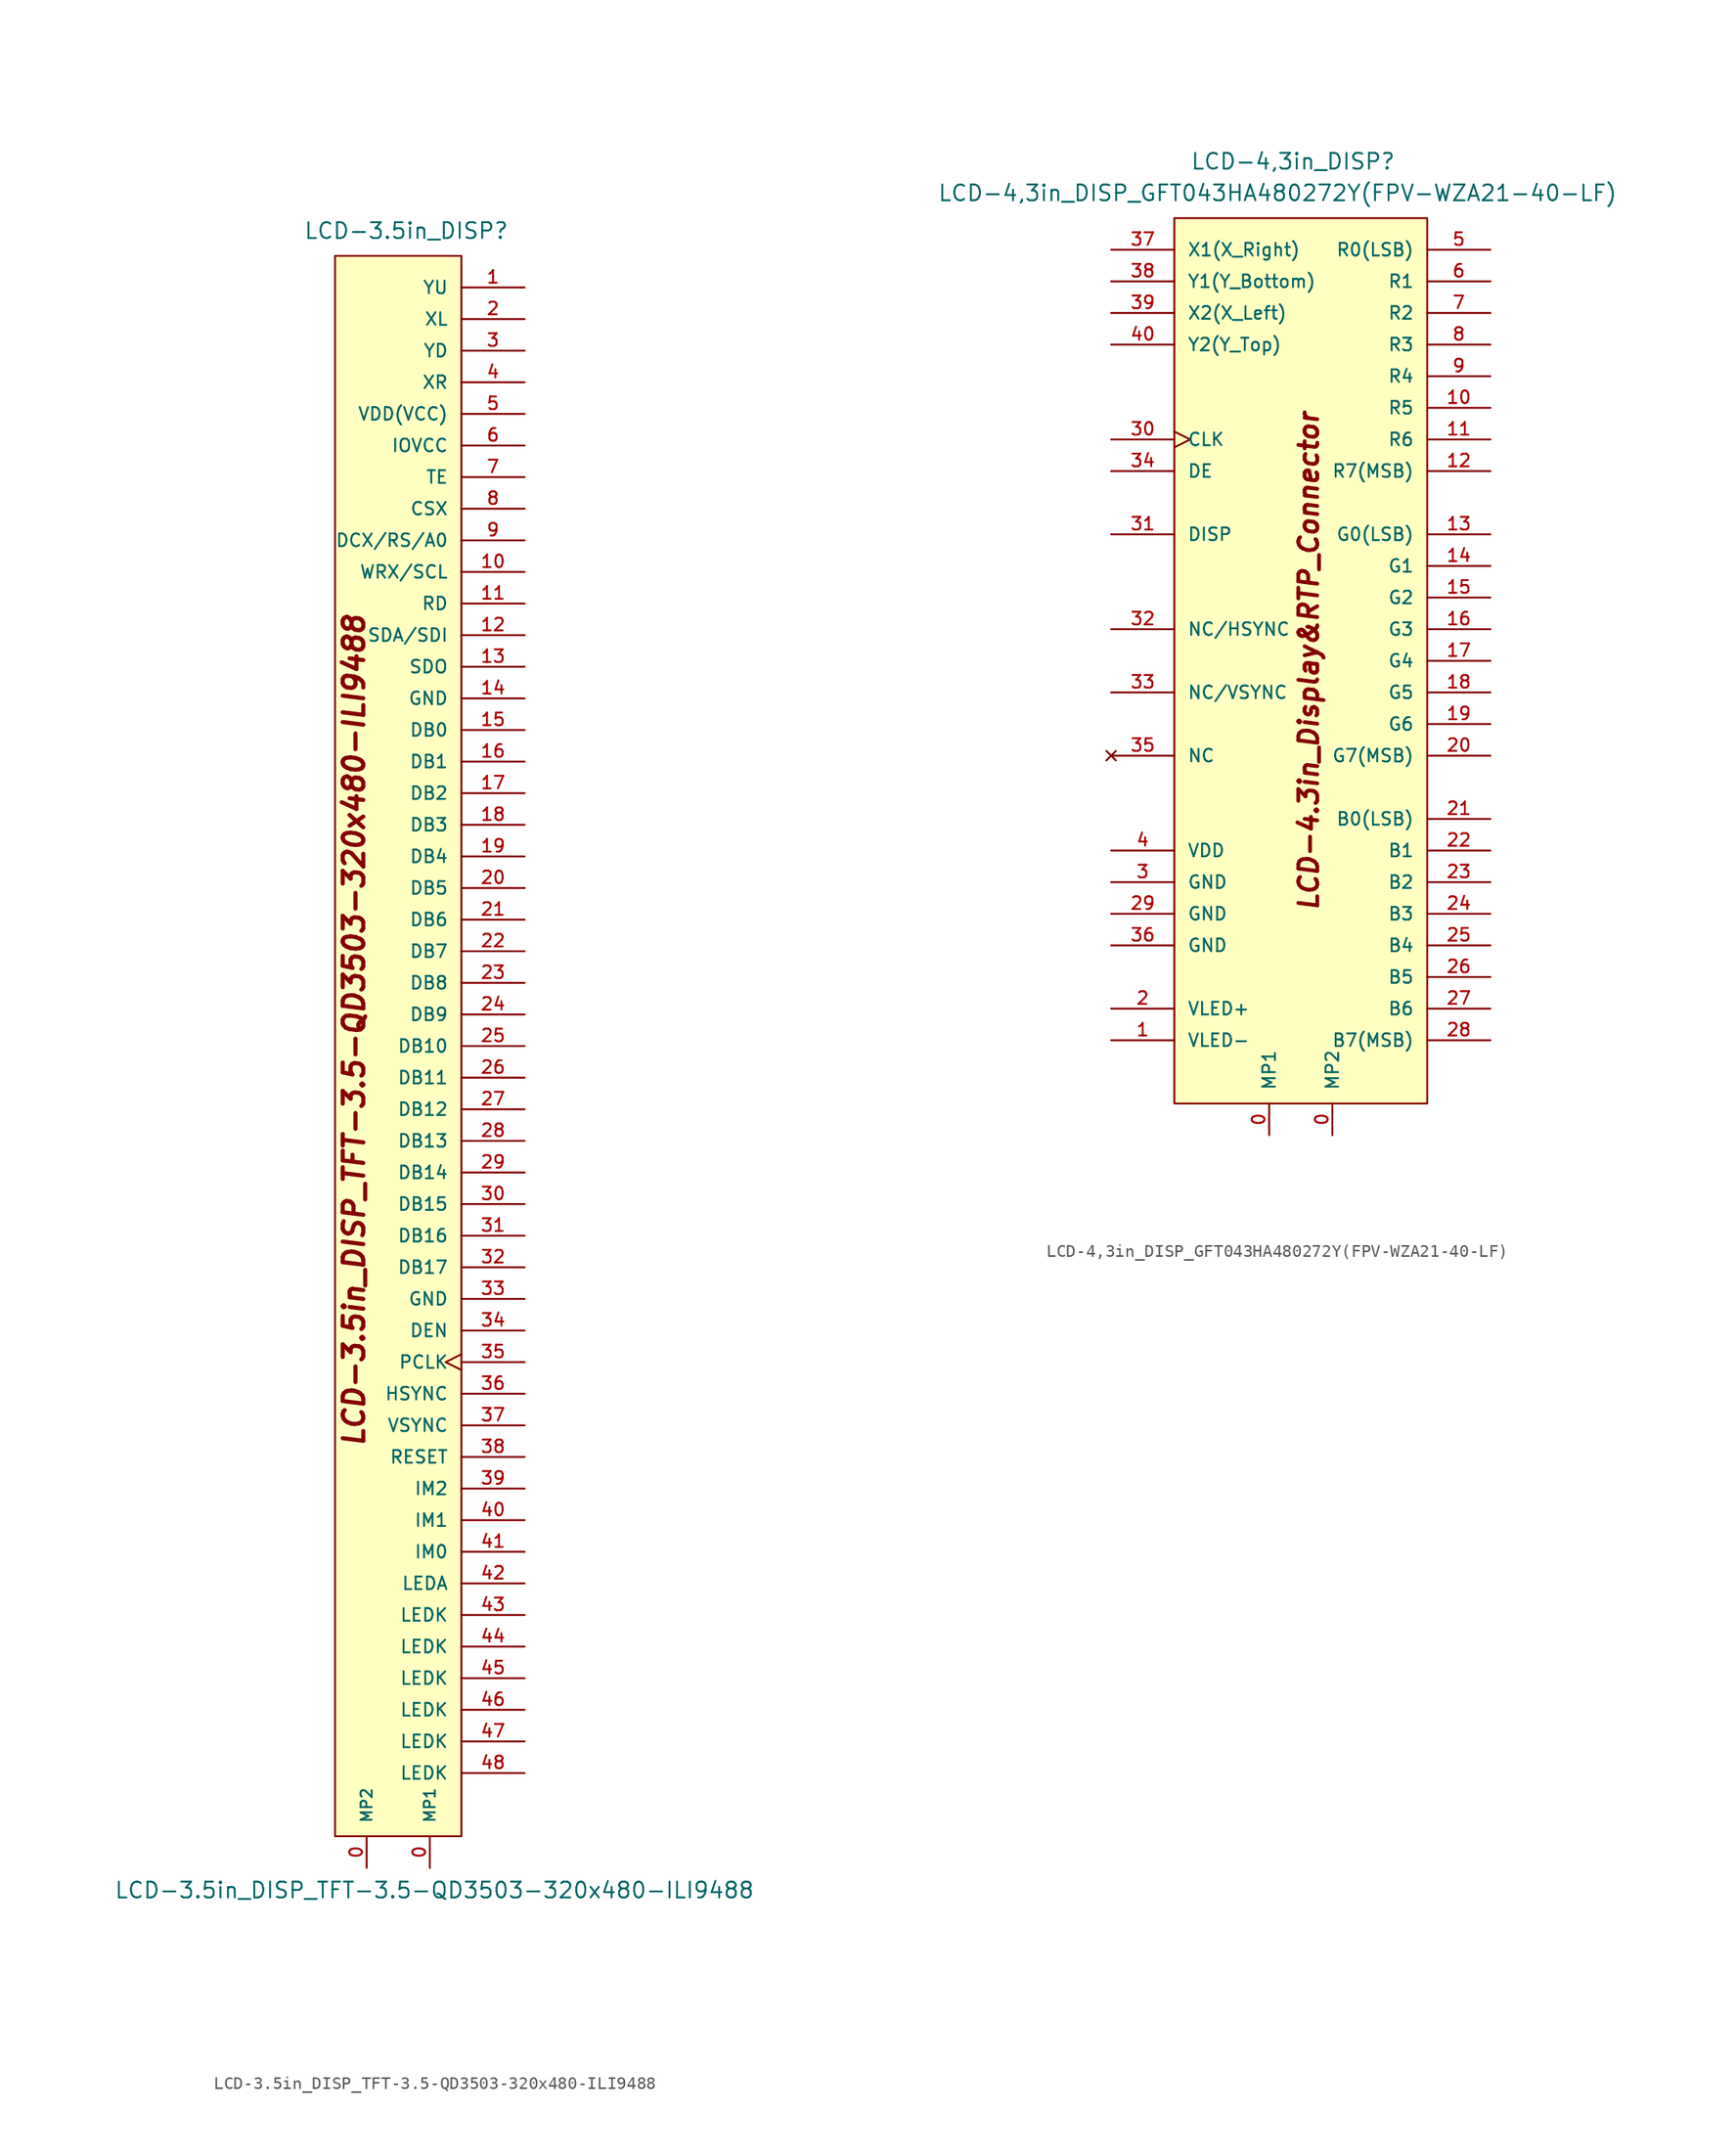
<source format=kicad_sym>
(kicad_symbol_lib
  (version 20220914)
  (generator kicad_symbol_editor)
  (symbol "LCD-3.5in_DISP_TFT-3.5-QD3503-320x480-ILI9488"
    (pin_names
      (offset 1.016))
    (property "Reference" "LCD-3.5in_DISP"
      (at -7.62 64.77 0)
      (effects (font (size 1.27 1.27)) (justify left bottom)))
    (property "Value" "LCD-3.5in_DISP_TFT-3.5-QD3503-320x480-ILI9488"
      (at -22.86 -68.58 0)
      (effects (font (size 1.27 1.27)) (justify left bottom)))
    (property "ki_locked" ""
      (at 0 0 0)
      (effects (font (size 1.27 1.27))))
    (symbol "LCD-3.5in_DISP_TFT-3.5-QD3503-320x480-ILI9488_0_0"
      (text "LCD-3.5in_DISP_TFT-3.5-QD3503-320x480-ILI9488" (at -3.556 1.27 900) (effects (font (size 1.651 1.651) bold italic))))
    (symbol "LCD-3.5in_DISP_TFT-3.5-QD3503-320x480-ILI9488_1_0"
      (rectangle (start 5.08 -63.5) (end -5.08 63.5) (stroke (width 0) (type solid)) (fill (type background))))
    (symbol "LCD-3.5in_DISP_TFT-3.5-QD3503-320x480-ILI9488_1_1"
      (pin passive line (at 2.54 -66.04 90) (length 2.54) (name "MP1" (effects (font (size 0.889 0.889)))) (number "0" (effects (font (size 1.016 1.016)))))
      (pin passive line (at -2.54 -66.04 90) (length 2.54) (name "MP2" (effects (font (size 0.889 0.889)))) (number "0" (effects (font (size 1.016 1.016)))))
      (pin input line (at 10.16 60.96 180) (length 5.08) (name "YU" (effects (font (size 1.016 1.016)))) (number "1" (effects (font (size 1.016 1.016)))))
      (pin input line (at 10.16 38.1 180) (length 5.08) (name "WRX/SCL" (effects (font (size 1.016 1.016)))) (number "10" (effects (font (size 1.016 1.016)))))
      (pin input line (at 10.16 35.56 180) (length 5.08) (name "RD" (effects (font (size 1.016 1.016)))) (number "11" (effects (font (size 1.016 1.016)))))
      (pin input line (at 10.16 33.02 180) (length 5.08) (name "SDA/SDI" (effects (font (size 1.016 1.016)))) (number "12" (effects (font (size 1.016 1.016)))))
      (pin input line (at 10.16 30.48 180) (length 5.08) (name "SDO" (effects (font (size 1.016 1.016)))) (number "13" (effects (font (size 1.016 1.016)))))
      (pin power_in line (at 10.16 27.94 180) (length 5.08) (name "GND" (effects (font (size 1.016 1.016)))) (number "14" (effects (font (size 1.016 1.016)))))
      (pin input line (at 10.16 25.4 180) (length 5.08) (name "DB0" (effects (font (size 1.016 1.016)))) (number "15" (effects (font (size 1.016 1.016)))))
      (pin input line (at 10.16 22.86 180) (length 5.08) (name "DB1" (effects (font (size 1.016 1.016)))) (number "16" (effects (font (size 1.016 1.016)))))
      (pin input line (at 10.16 20.32 180) (length 5.08) (name "DB2" (effects (font (size 1.016 1.016)))) (number "17" (effects (font (size 1.016 1.016)))))
      (pin input line (at 10.16 17.78 180) (length 5.08) (name "DB3" (effects (font (size 1.016 1.016)))) (number "18" (effects (font (size 1.016 1.016)))))
      (pin input line (at 10.16 15.24 180) (length 5.08) (name "DB4" (effects (font (size 1.016 1.016)))) (number "19" (effects (font (size 1.016 1.016)))))
      (pin input line (at 10.16 58.42 180) (length 5.08) (name "XL" (effects (font (size 1.016 1.016)))) (number "2" (effects (font (size 1.016 1.016)))))
      (pin input line (at 10.16 12.7 180) (length 5.08) (name "DB5" (effects (font (size 1.016 1.016)))) (number "20" (effects (font (size 1.016 1.016)))))
      (pin input line (at 10.16 10.16 180) (length 5.08) (name "DB6" (effects (font (size 1.016 1.016)))) (number "21" (effects (font (size 1.016 1.016)))))
      (pin input line (at 10.16 7.62 180) (length 5.08) (name "DB7" (effects (font (size 1.016 1.016)))) (number "22" (effects (font (size 1.016 1.016)))))
      (pin input line (at 10.16 5.08 180) (length 5.08) (name "DB8" (effects (font (size 1.016 1.016)))) (number "23" (effects (font (size 1.016 1.016)))))
      (pin input line (at 10.16 2.54 180) (length 5.08) (name "DB9" (effects (font (size 1.016 1.016)))) (number "24" (effects (font (size 1.016 1.016)))))
      (pin input line (at 10.16 0 180) (length 5.08) (name "DB10" (effects (font (size 1.016 1.016)))) (number "25" (effects (font (size 1.016 1.016)))))
      (pin input line (at 10.16 -2.54 180) (length 5.08) (name "DB11" (effects (font (size 1.016 1.016)))) (number "26" (effects (font (size 1.016 1.016)))))
      (pin input line (at 10.16 -5.08 180) (length 5.08) (name "DB12" (effects (font (size 1.016 1.016)))) (number "27" (effects (font (size 1.016 1.016)))))
      (pin input line (at 10.16 -7.62 180) (length 5.08) (name "DB13" (effects (font (size 1.016 1.016)))) (number "28" (effects (font (size 1.016 1.016)))))
      (pin input line (at 10.16 -10.16 180) (length 5.08) (name "DB14" (effects (font (size 1.016 1.016)))) (number "29" (effects (font (size 1.016 1.016)))))
      (pin input line (at 10.16 55.88 180) (length 5.08) (name "YD" (effects (font (size 1.016 1.016)))) (number "3" (effects (font (size 1.016 1.016)))))
      (pin input line (at 10.16 -12.7 180) (length 5.08) (name "DB15" (effects (font (size 1.016 1.016)))) (number "30" (effects (font (size 1.016 1.016)))))
      (pin input line (at 10.16 -15.24 180) (length 5.08) (name "DB16" (effects (font (size 1.016 1.016)))) (number "31" (effects (font (size 1.016 1.016)))))
      (pin input line (at 10.16 -17.78 180) (length 5.08) (name "DB17" (effects (font (size 1.016 1.016)))) (number "32" (effects (font (size 1.016 1.016)))))
      (pin power_in line (at 10.16 -20.32 180) (length 5.08) (name "GND" (effects (font (size 1.016 1.016)))) (number "33" (effects (font (size 1.016 1.016)))))
      (pin input line (at 10.16 -22.86 180) (length 5.08) (name "DEN" (effects (font (size 1.016 1.016)))) (number "34" (effects (font (size 1.016 1.016)))))
      (pin input clock (at 10.16 -25.4 180) (length 5.08) (name "PCLK" (effects (font (size 1.016 1.016)))) (number "35" (effects (font (size 1.016 1.016)))))
      (pin input line (at 10.16 -27.94 180) (length 5.08) (name "HSYNC" (effects (font (size 1.016 1.016)))) (number "36" (effects (font (size 1.016 1.016)))))
      (pin input line (at 10.16 -30.48 180) (length 5.08) (name "VSYNC" (effects (font (size 1.016 1.016)))) (number "37" (effects (font (size 1.016 1.016)))))
      (pin input line (at 10.16 -33.02 180) (length 5.08) (name "RESET" (effects (font (size 1.016 1.016)))) (number "38" (effects (font (size 1.016 1.016)))))
      (pin input line (at 10.16 -35.56 180) (length 5.08) (name "IM2" (effects (font (size 1.016 1.016)))) (number "39" (effects (font (size 1.016 1.016)))))
      (pin input line (at 10.16 53.34 180) (length 5.08) (name "XR" (effects (font (size 1.016 1.016)))) (number "4" (effects (font (size 1.016 1.016)))))
      (pin input line (at 10.16 -38.1 180) (length 5.08) (name "IM1" (effects (font (size 1.016 1.016)))) (number "40" (effects (font (size 1.016 1.016)))))
      (pin input line (at 10.16 -40.64 180) (length 5.08) (name "IM0" (effects (font (size 1.016 1.016)))) (number "41" (effects (font (size 1.016 1.016)))))
      (pin input line (at 10.16 -43.18 180) (length 5.08) (name "LEDA" (effects (font (size 1.016 1.016)))) (number "42" (effects (font (size 1.016 1.016)))))
      (pin input line (at 10.16 -45.72 180) (length 5.08) (name "LEDK" (effects (font (size 1.016 1.016)))) (number "43" (effects (font (size 1.016 1.016)))))
      (pin input line (at 10.16 -48.26 180) (length 5.08) (name "LEDK" (effects (font (size 1.016 1.016)))) (number "44" (effects (font (size 1.016 1.016)))))
      (pin input line (at 10.16 -50.8 180) (length 5.08) (name "LEDK" (effects (font (size 1.016 1.016)))) (number "45" (effects (font (size 1.016 1.016)))))
      (pin input line (at 10.16 -53.34 180) (length 5.08) (name "LEDK" (effects (font (size 1.016 1.016)))) (number "46" (effects (font (size 1.016 1.016)))))
      (pin input line (at 10.16 -55.88 180) (length 5.08) (name "LEDK" (effects (font (size 1.016 1.016)))) (number "47" (effects (font (size 1.016 1.016)))))
      (pin input line (at 10.16 -58.42 180) (length 5.08) (name "LEDK" (effects (font (size 1.016 1.016)))) (number "48" (effects (font (size 1.016 1.016)))))
      (pin power_in line (at 10.16 50.8 180) (length 5.08) (name "VDD(VCC)" (effects (font (size 1.016 1.016)))) (number "5" (effects (font (size 1.016 1.016)))))
      (pin power_in line (at 10.16 48.26 180) (length 5.08) (name "IOVCC" (effects (font (size 1.016 1.016)))) (number "6" (effects (font (size 1.016 1.016)))))
      (pin output line (at 10.16 45.72 180) (length 5.08) (name "TE" (effects (font (size 1.016 1.016)))) (number "7" (effects (font (size 1.016 1.016)))))
      (pin input line (at 10.16 43.18 180) (length 5.08) (name "CSX" (effects (font (size 1.016 1.016)))) (number "8" (effects (font (size 1.016 1.016)))))
      (pin input line (at 10.16 40.64 180) (length 5.08) (name "DCX/RS/A0" (effects (font (size 1.016 1.016)))) (number "9" (effects (font (size 1.016 1.016)))))))
  (symbol "LCD-4,3in_DISP_GFT043HA480272Y(FPV-WZA21-40-LF)"
    (pin_names
      (offset 1.016))
    (property "Reference" "LCD-4,3in_DISP"
      (at -8.89 39.37 0)
      (effects (font (size 1.27 1.27)) (justify left bottom)))
    (property "Value" "LCD-4,3in_DISP_GFT043HA480272Y(FPV-WZA21-40-LF)"
      (at -29.21 36.83 0)
      (effects (font (size 1.27 1.27)) (justify left bottom)))
    (symbol "LCD-4,3in_DISP_GFT043HA480272Y(FPV-WZA21-40-LF)_0_0"
      (text "LCD-4.3in_Display&RTP_Connector" (at 0.635 0 900) (effects (font (size 1.524 1.524) bold italic))))
    (symbol "LCD-4,3in_DISP_GFT043HA480272Y(FPV-WZA21-40-LF)_1_1"
      (rectangle (start -10.16 35.56) (end 10.16 -35.56) (stroke (width 0) (type solid)) (fill (type background)))
      (pin passive line (at -2.54 -38.1 90) (length 2.54) (name "MP1" (effects (font (size 1.016 1.016)))) (number "0" (effects (font (size 1.016 1.016)))))
      (pin passive line (at 2.54 -38.1 90) (length 2.54) (name "MP2" (effects (font (size 1.016 1.016)))) (number "0" (effects (font (size 1.016 1.016)))))
      (pin power_in line (at -15.24 -30.48 0) (length 5.08) (name "VLED-" (effects (font (size 1.016 1.016)))) (number "1" (effects (font (size 1.016 1.016)))))
      (pin input line (at 15.24 20.32 180) (length 5.08) (name "R5" (effects (font (size 1.016 1.016)))) (number "10" (effects (font (size 1.016 1.016)))))
      (pin input line (at 15.24 17.78 180) (length 5.08) (name "R6" (effects (font (size 1.016 1.016)))) (number "11" (effects (font (size 1.016 1.016)))))
      (pin input line (at 15.24 15.24 180) (length 5.08) (name "R7(MSB)" (effects (font (size 1.016 1.016)))) (number "12" (effects (font (size 1.016 1.016)))))
      (pin input line (at 15.24 10.16 180) (length 5.08) (name "G0(LSB)" (effects (font (size 1.016 1.016)))) (number "13" (effects (font (size 1.016 1.016)))))
      (pin input line (at 15.24 7.62 180) (length 5.08) (name "G1" (effects (font (size 1.016 1.016)))) (number "14" (effects (font (size 1.016 1.016)))))
      (pin input line (at 15.24 5.08 180) (length 5.08) (name "G2" (effects (font (size 1.016 1.016)))) (number "15" (effects (font (size 1.016 1.016)))))
      (pin input line (at 15.24 2.54 180) (length 5.08) (name "G3" (effects (font (size 1.016 1.016)))) (number "16" (effects (font (size 1.016 1.016)))))
      (pin input line (at 15.24 0 180) (length 5.08) (name "G4" (effects (font (size 1.016 1.016)))) (number "17" (effects (font (size 1.016 1.016)))))
      (pin input line (at 15.24 -2.54 180) (length 5.08) (name "G5" (effects (font (size 1.016 1.016)))) (number "18" (effects (font (size 1.016 1.016)))))
      (pin input line (at 15.24 -5.08 180) (length 5.08) (name "G6" (effects (font (size 1.016 1.016)))) (number "19" (effects (font (size 1.016 1.016)))))
      (pin power_in line (at -15.24 -27.94 0) (length 5.08) (name "VLED+" (effects (font (size 1.016 1.016)))) (number "2" (effects (font (size 1.016 1.016)))))
      (pin input line (at 15.24 -7.62 180) (length 5.08) (name "G7(MSB)" (effects (font (size 1.016 1.016)))) (number "20" (effects (font (size 1.016 1.016)))))
      (pin input line (at 15.24 -12.7 180) (length 5.08) (name "B0(LSB)" (effects (font (size 1.016 1.016)))) (number "21" (effects (font (size 1.016 1.016)))))
      (pin input line (at 15.24 -15.24 180) (length 5.08) (name "B1" (effects (font (size 1.016 1.016)))) (number "22" (effects (font (size 1.016 1.016)))))
      (pin input line (at 15.24 -17.78 180) (length 5.08) (name "B2" (effects (font (size 1.016 1.016)))) (number "23" (effects (font (size 1.016 1.016)))))
      (pin input line (at 15.24 -20.32 180) (length 5.08) (name "B3" (effects (font (size 1.016 1.016)))) (number "24" (effects (font (size 1.016 1.016)))))
      (pin input line (at 15.24 -22.86 180) (length 5.08) (name "B4" (effects (font (size 1.016 1.016)))) (number "25" (effects (font (size 1.016 1.016)))))
      (pin input line (at 15.24 -25.4 180) (length 5.08) (name "B5" (effects (font (size 1.016 1.016)))) (number "26" (effects (font (size 1.016 1.016)))))
      (pin input line (at 15.24 -27.94 180) (length 5.08) (name "B6" (effects (font (size 1.016 1.016)))) (number "27" (effects (font (size 1.016 1.016)))))
      (pin input line (at 15.24 -30.48 180) (length 5.08) (name "B7(MSB)" (effects (font (size 1.016 1.016)))) (number "28" (effects (font (size 1.016 1.016)))))
      (pin power_in line (at -15.24 -20.32 0) (length 5.08) (name "GND" (effects (font (size 1.016 1.016)))) (number "29" (effects (font (size 1.016 1.016)))))
      (pin power_in line (at -15.24 -17.78 0) (length 5.08) (name "GND" (effects (font (size 1.016 1.016)))) (number "3" (effects (font (size 1.016 1.016)))))
      (pin input clock (at -15.24 17.78 0) (length 5.08) (name "CLK" (effects (font (size 1.016 1.016)))) (number "30" (effects (font (size 1.016 1.016)))))
      (pin input line (at -15.24 10.16 0) (length 5.08) (name "DISP" (effects (font (size 1.016 1.016)))) (number "31" (effects (font (size 1.016 1.016)))))
      (pin input line (at -15.24 2.54 0) (length 5.08) (name "NC/HSYNC" (effects (font (size 1.016 1.016)))) (number "32" (effects (font (size 1.016 1.016)))))
      (pin input line (at -15.24 -2.54 0) (length 5.08) (name "NC/VSYNC" (effects (font (size 1.016 1.016)))) (number "33" (effects (font (size 1.016 1.016)))))
      (pin input line (at -15.24 15.24 0) (length 5.08) (name "DE" (effects (font (size 1.016 1.016)))) (number "34" (effects (font (size 1.016 1.016)))))
      (pin no_connect line (at -15.24 -7.62 0) (length 5.08) (name "NC" (effects (font (size 1.016 1.016)))) (number "35" (effects (font (size 1.016 1.016)))))
      (pin power_in line (at -15.24 -22.86 0) (length 5.08) (name "GND" (effects (font (size 1.016 1.016)))) (number "36" (effects (font (size 1.016 1.016)))))
      (pin input line (at -15.24 33.02 0) (length 5.08) (name "X1(X_Right)" (effects (font (size 1.016 1.016)))) (number "37" (effects (font (size 1.016 1.016)))))
      (pin input line (at -15.24 30.48 0) (length 5.08) (name "Y1(Y_Bottom)" (effects (font (size 1.016 1.016)))) (number "38" (effects (font (size 1.016 1.016)))))
      (pin input line (at -15.24 27.94 0) (length 5.08) (name "X2(X_Left)" (effects (font (size 1.016 1.016)))) (number "39" (effects (font (size 1.016 1.016)))))
      (pin power_in line (at -15.24 -15.24 0) (length 5.08) (name "VDD" (effects (font (size 1.016 1.016)))) (number "4" (effects (font (size 1.016 1.016)))))
      (pin input line (at -15.24 25.4 0) (length 5.08) (name "Y2(Y_Top)" (effects (font (size 1.016 1.016)))) (number "40" (effects (font (size 1.016 1.016)))))
      (pin input line (at 15.24 33.02 180) (length 5.08) (name "R0(LSB)" (effects (font (size 1.016 1.016)))) (number "5" (effects (font (size 1.016 1.016)))))
      (pin input line (at 15.24 30.48 180) (length 5.08) (name "R1" (effects (font (size 1.016 1.016)))) (number "6" (effects (font (size 1.016 1.016)))))
      (pin input line (at 15.24 27.94 180) (length 5.08) (name "R2" (effects (font (size 1.016 1.016)))) (number "7" (effects (font (size 1.016 1.016)))))
      (pin input line (at 15.24 25.4 180) (length 5.08) (name "R3" (effects (font (size 1.016 1.016)))) (number "8" (effects (font (size 1.016 1.016)))))
      (pin input line (at 15.24 22.86 180) (length 5.08) (name "R4" (effects (font (size 1.016 1.016)))) (number "9" (effects (font (size 1.016 1.016))))))))
</source>
